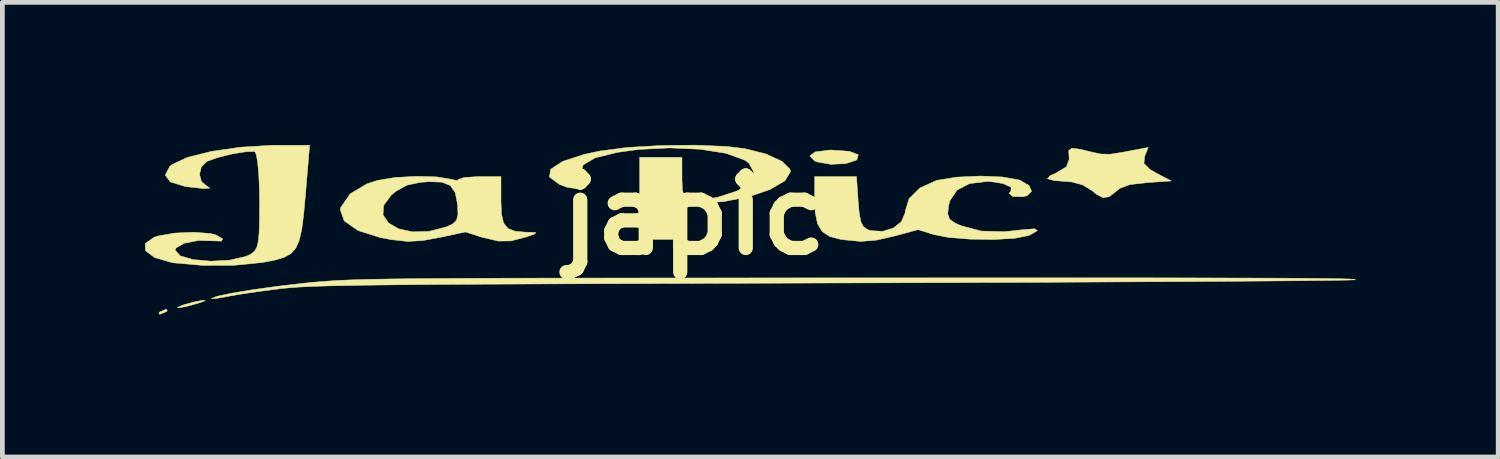
<source format=kicad_pcb>
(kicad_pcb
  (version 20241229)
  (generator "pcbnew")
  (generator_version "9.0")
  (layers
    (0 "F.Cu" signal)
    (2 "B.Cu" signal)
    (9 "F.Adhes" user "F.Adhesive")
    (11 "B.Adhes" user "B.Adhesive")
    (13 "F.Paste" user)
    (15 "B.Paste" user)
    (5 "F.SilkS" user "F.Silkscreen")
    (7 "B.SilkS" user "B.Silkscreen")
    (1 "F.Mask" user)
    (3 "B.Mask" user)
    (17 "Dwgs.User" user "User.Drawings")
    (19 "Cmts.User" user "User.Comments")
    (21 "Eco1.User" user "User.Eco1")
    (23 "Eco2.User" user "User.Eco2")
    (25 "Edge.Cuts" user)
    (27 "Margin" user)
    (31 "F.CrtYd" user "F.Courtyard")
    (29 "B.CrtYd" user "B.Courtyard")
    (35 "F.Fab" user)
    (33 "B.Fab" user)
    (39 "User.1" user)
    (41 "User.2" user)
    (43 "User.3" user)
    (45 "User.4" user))
  (footprint "japic"
    (layer "F.Cu")
    (at 11.558 1.48)
    (property "Reference" "japic" (at 0 0 0) (layer "F.SilkS") (effects (font (size 1.524 1.524) (thickness 0.3))))
    (attr through_hole)
    (fp_poly (pts (xy -11.089 2.014) (xy -11.113 2.032) (xy -11.232 2.081) (xy -11.254 2.083) (xy -11.263 2.05) (xy -11.239 2.032) (xy -11.12 1.983) (xy -11.098 1.981) (xy -11.089 2.014)) (stroke (width 0.01) (type solid)) (fill yes) (layer "F.SilkS"))
    (fp_poly (pts (xy -10.287 1.796) (xy -10.381 1.835) (xy -10.609 1.902) (xy -10.62 1.904) (xy -10.821 1.948) (xy -10.874 1.941) (xy -10.867 1.936) (xy -10.731 1.882) (xy -10.526 1.826) (xy -10.348 1.792) (xy -10.287 1.796)) (stroke (width 0.01) (type solid)) (fill yes) (layer "F.SilkS"))
    (fp_poly (pts (xy 3.27 -1.345) (xy 3.458 -1.273) (xy 3.427 -1.167) (xy 3.419 -1.161) (xy 3.194 -1.086) (xy 2.879 -1.072) (xy 2.59 -1.122) (xy 2.541 -1.142) (xy 2.436 -1.248) (xy 2.549 -1.332) (xy 2.845 -1.371) (xy 2.892 -1.372) (xy 3.27 -1.345)) (stroke (width 0.01) (type solid)) (fill yes) (layer "F.SilkS"))
    (fp_poly (pts (xy 9.485 -1.241) (xy 9.47 -1.09) (xy 9.599 -0.961) (xy 9.727 -0.888) (xy 10.045 -0.721) (xy 9.542 -0.687) (xy 9.173 -0.645) (xy 8.961 -0.565) (xy 8.886 -0.504) (xy 8.738 -0.389) (xy 8.607 -0.369) (xy 8.462 -0.446) (xy 8.373 -0.521) (xy 8.178 -0.639) (xy 7.952 -0.7) (xy 7.938 -0.701) (xy 7.573 -0.731) (xy 7.435 -0.769) (xy 7.498 -0.833) (xy 7.626 -0.891) (xy 7.841 -1.022) (xy 7.897 -1.183) (xy 7.894 -1.22) (xy 7.887 -1.361) (xy 7.952 -1.412) (xy 8.135 -1.387) (xy 8.331 -1.338) (xy 8.56 -1.288) (xy 8.759 -1.284) (xy 9.045 -1.329) (xy 9.106 -1.341) (xy 9.56 -1.427) (xy 9.485 -1.241)) (stroke (width 0.01) (type solid)) (fill yes) (layer "F.SilkS"))
    (fp_poly (pts (xy 0.677 -1.448) (xy 1.062 -1.403) (xy 1.508 -1.291) (xy 1.848 -1.136) (xy 2.021 -0.968) (xy 2.032 -0.92) (xy 1.914 -0.726) (xy 1.601 -0.542) (xy 1.151 -0.389) (xy 0.62 -0.286) (xy 0.132 -0.254) (xy -0.254 -0.254) (xy -0.254 0.508) (xy -1.143 0.508) (xy -1.143 -1.219) (xy -0.254 -1.219) (xy -0.254 -0.762) (xy -0.245 -0.527) (xy -0.2 -0.381) (xy -0.097 -0.312) (xy 0.091 -0.308) (xy 0.388 -0.357) (xy 0.512 -0.382) (xy 0.918 -0.515) (xy 1.174 -0.699) (xy 1.26 -0.904) (xy 1.153 -1.1) (xy 1.063 -1.162) (xy 0.673 -1.303) (xy 0.127 -1.389) (xy -0.51 -1.417) (xy -1.173 -1.384) (xy -1.609 -1.324) (xy -2.083 -1.207) (xy -2.334 -1.058) (xy -2.395 -0.856) (xy -2.38 -0.78) (xy -2.375 -0.623) (xy -2.473 -0.559) (xy -2.669 -0.587) (xy -2.838 -0.652) (xy -3.044 -0.805) (xy -3.016 -0.969) (xy -2.769 -1.131) (xy -2.317 -1.279) (xy -1.984 -1.351) (xy -1.407 -1.426) (xy -0.707 -1.467) (xy 0.019 -1.475) (xy 0.677 -1.448)) (stroke (width 0.01) (type solid)) (fill yes) (layer "F.SilkS"))
    (fp_poly (pts (xy -5.416 -0.807) (xy -5.143 -0.762) (xy -4.986 -0.728) (xy -4.953 -0.756) (xy -4.841 -0.793) (xy -4.567 -0.812) (xy -4.508 -0.813) (xy -4.064 -0.813) (xy -4.064 -0.29) (xy -4.052 -0.02) (xy -4.008 0.164) (xy -3.918 0.278) (xy -3.769 0.337) (xy -3.546 0.357) (xy -3.499 0.357) (xy -3.333 0.363) (xy -3.349 0.392) (xy -3.538 0.459) (xy -3.852 0.541) (xy -4.123 0.544) (xy -4.447 0.467) (xy -4.485 0.456) (xy -4.812 0.352) (xy -5.294 0.456) (xy -5.707 0.533) (xy -6.027 0.552) (xy -6.369 0.514) (xy -6.604 0.47) (xy -7.071 0.323) (xy -7.363 0.119) (xy -7.407 -0.006) (xy -6.546 -0.006) (xy -6.431 0.163) (xy -6.216 0.287) (xy -5.924 0.35) (xy -5.579 0.34) (xy -5.226 0.25) (xy -5.08 0.184) (xy -4.999 0.105) (xy -4.969 -0.016) (xy -4.976 -0.206) (xy -4.98 -0.24) (xy -5.026 -0.475) (xy -5.127 -0.623) (xy -5.304 -0.696) (xy -5.58 -0.706) (xy -5.768 -0.691) (xy -6.043 -0.633) (xy -6.274 -0.505) (xy -6.373 -0.423) (xy -6.534 -0.206) (xy -6.546 -0.006) (xy -7.407 -0.006) (xy -7.446 -0.116) (xy -7.432 -0.17) (xy -7.235 -0.452) (xy -6.886 -0.66) (xy -6.666 -0.732) (xy -6.292 -0.794) (xy -5.84 -0.819) (xy -5.416 -0.807)) (stroke (width 0.01) (type solid)) (fill yes) (layer "F.SilkS"))
    (fp_poly (pts (xy 6.494 -0.805) (xy 6.842 -0.742) (xy 6.858 -0.737) (xy 7.05 -0.626) (xy 7.105 -0.505) (xy 7.013 -0.412) (xy 6.926 -0.389) (xy 6.713 -0.393) (xy 6.63 -0.459) (xy 6.671 -0.51) (xy 6.673 -0.591) (xy 6.503 -0.667) (xy 6.233 -0.709) (xy 6.164 -0.711) (xy 5.797 -0.665) (xy 5.536 -0.529) (xy 5.385 -0.305) (xy 5.359 -0.205) (xy 5.34 -0.029) (xy 5.378 0.083) (xy 5.497 0.167) (xy 5.631 0.225) (xy 6.045 0.333) (xy 6.532 0.347) (xy 6.913 0.306) (xy 7.169 0.285) (xy 7.228 0.324) (xy 7.08 0.411) (xy 7.039 0.428) (xy 6.748 0.486) (xy 6.309 0.511) (xy 5.814 0.504) (xy 5.355 0.467) (xy 5.043 0.406) (xy 4.717 0.303) (xy 4.246 0.431) (xy 3.842 0.524) (xy 3.511 0.551) (xy 3.149 0.517) (xy 3.078 0.506) (xy 2.853 0.447) (xy 2.697 0.343) (xy 2.6 0.18) (xy 2.551 -0.057) (xy 2.54 -0.308) (xy 2.54 -0.813) (xy 3.42 -0.813) (xy 3.456 -0.272) (xy 3.479 -0.024) (xy 3.513 0.141) (xy 3.567 0.243) (xy 3.649 0.301) (xy 3.723 0.325) (xy 3.973 0.339) (xy 4.198 0.269) (xy 4.366 0.134) (xy 4.443 -0.048) (xy 4.445 -0.083) (xy 4.526 -0.349) (xy 4.751 -0.572) (xy 5.094 -0.728) (xy 5.128 -0.737) (xy 5.534 -0.802) (xy 6.024 -0.825) (xy 6.494 -0.805)) (stroke (width 0.01) (type solid)) (fill yes) (layer "F.SilkS"))
    (fp_poly (pts (xy 8.919 1.318) (xy 10.048 1.319) (xy 11.002 1.321) (xy 11.794 1.323) (xy 12.438 1.325) (xy 12.946 1.329) (xy 13.332 1.333) (xy 13.61 1.337) (xy 13.792 1.343) (xy 13.891 1.349) (xy 13.921 1.356) (xy 13.917 1.359) (xy 13.779 1.365) (xy 13.405 1.371) (xy 12.814 1.378) (xy 12.025 1.385) (xy 11.056 1.392) (xy 9.927 1.399) (xy 8.654 1.405) (xy 7.258 1.412) (xy 5.757 1.417) (xy 4.169 1.423) (xy 2.942 1.426) (xy 1.012 1.432) (xy -0.681 1.437) (xy -2.154 1.442) (xy -3.423 1.447) (xy -4.505 1.452) (xy -5.418 1.457) (xy -6.178 1.464) (xy -6.802 1.471) (xy -7.307 1.479) (xy -7.709 1.488) (xy -8.026 1.498) (xy -8.274 1.51) (xy -8.471 1.523) (xy -8.632 1.538) (xy -8.696 1.545) (xy -9.168 1.606) (xy -9.592 1.669) (xy -9.807 1.708) (xy -10.05 1.751) (xy -10.159 1.756) (xy -10.16 1.755) (xy -10.046 1.708) (xy -9.741 1.643) (xy -9.298 1.57) (xy -8.77 1.496) (xy -8.211 1.431) (xy -8.18 1.428) (xy -7.956 1.406) (xy -7.729 1.388) (xy -7.476 1.372) (xy -7.175 1.359) (xy -6.806 1.349) (xy -6.344 1.341) (xy -5.77 1.335) (xy -5.059 1.33) (xy -4.192 1.326) (xy -3.144 1.324) (xy -1.895 1.322) (xy -0.422 1.321) (xy 0.191 1.321) (xy 2.391 1.319) (xy 4.352 1.319) (xy 6.084 1.318) (xy 7.602 1.318) (xy 8.919 1.318)) (stroke (width 0.01) (type solid)) (fill yes) (layer "F.SilkS"))
    (fp_poly (pts (xy -8.182 -0.394) (xy -8.218 -0.003) (xy -8.257 0.299) (xy -8.309 0.526) (xy -8.381 0.691) (xy -8.483 0.806) (xy -8.623 0.885) (xy -8.809 0.942) (xy -9.05 0.989) (xy -9.086 0.995) (xy -9.683 1.054) (xy -10.347 1.056) (xy -10.946 1.003) (xy -10.998 0.994) (xy -11.354 0.89) (xy -11.544 0.749) (xy -11.553 0.598) (xy -11.369 0.466) (xy -11.275 0.435) (xy -10.922 0.375) (xy -10.516 0.358) (xy -10.17 0.387) (xy -10.058 0.417) (xy -9.92 0.498) (xy -9.949 0.545) (xy -10.098 0.54) (xy -10.429 0.532) (xy -10.73 0.59) (xy -10.907 0.691) (xy -10.922 0.734) (xy -10.815 0.855) (xy -10.542 0.934) (xy -10.174 0.967) (xy -9.784 0.948) (xy -9.443 0.87) (xy -9.403 0.854) (xy -9.315 0.81) (xy -9.25 0.756) (xy -9.203 0.677) (xy -9.173 0.558) (xy -9.155 0.385) (xy -9.147 0.143) (xy -9.144 -0.183) (xy -9.144 -0.286) (xy -9.149 -0.599) (xy -9.163 -0.876) (xy -9.184 -1.102) (xy -9.21 -1.26) (xy -9.241 -1.337) (xy -9.248 -1.341) (xy -9.435 -1.337) (xy -9.726 -1.289) (xy -10.029 -1.214) (xy -10.252 -1.133) (xy -10.255 -1.131) (xy -10.371 -1.014) (xy -10.409 -0.858) (xy -10.368 -0.709) (xy -10.262 -0.62) (xy -10.192 -0.569) (xy -10.33 -0.561) (xy -10.652 -0.598) (xy -10.72 -0.608) (xy -11.021 -0.7) (xy -11.13 -0.845) (xy -11.037 -1.023) (xy -10.988 -1.065) (xy -10.667 -1.216) (xy -10.163 -1.343) (xy -9.544 -1.432) (xy -8.88 -1.472) (xy -8.776 -1.473) (xy -8.091 -1.473) (xy -8.182 -0.394)) (stroke (width 0.01) (type solid)) (fill yes) (layer "F.SilkS")))
  (gr_rect
    (start -3 -3)
    (end 28.484 6.568)
    (stroke (width 0.1) (type default))
    (fill no)
    (layer "Edge.Cuts")))
</source>
